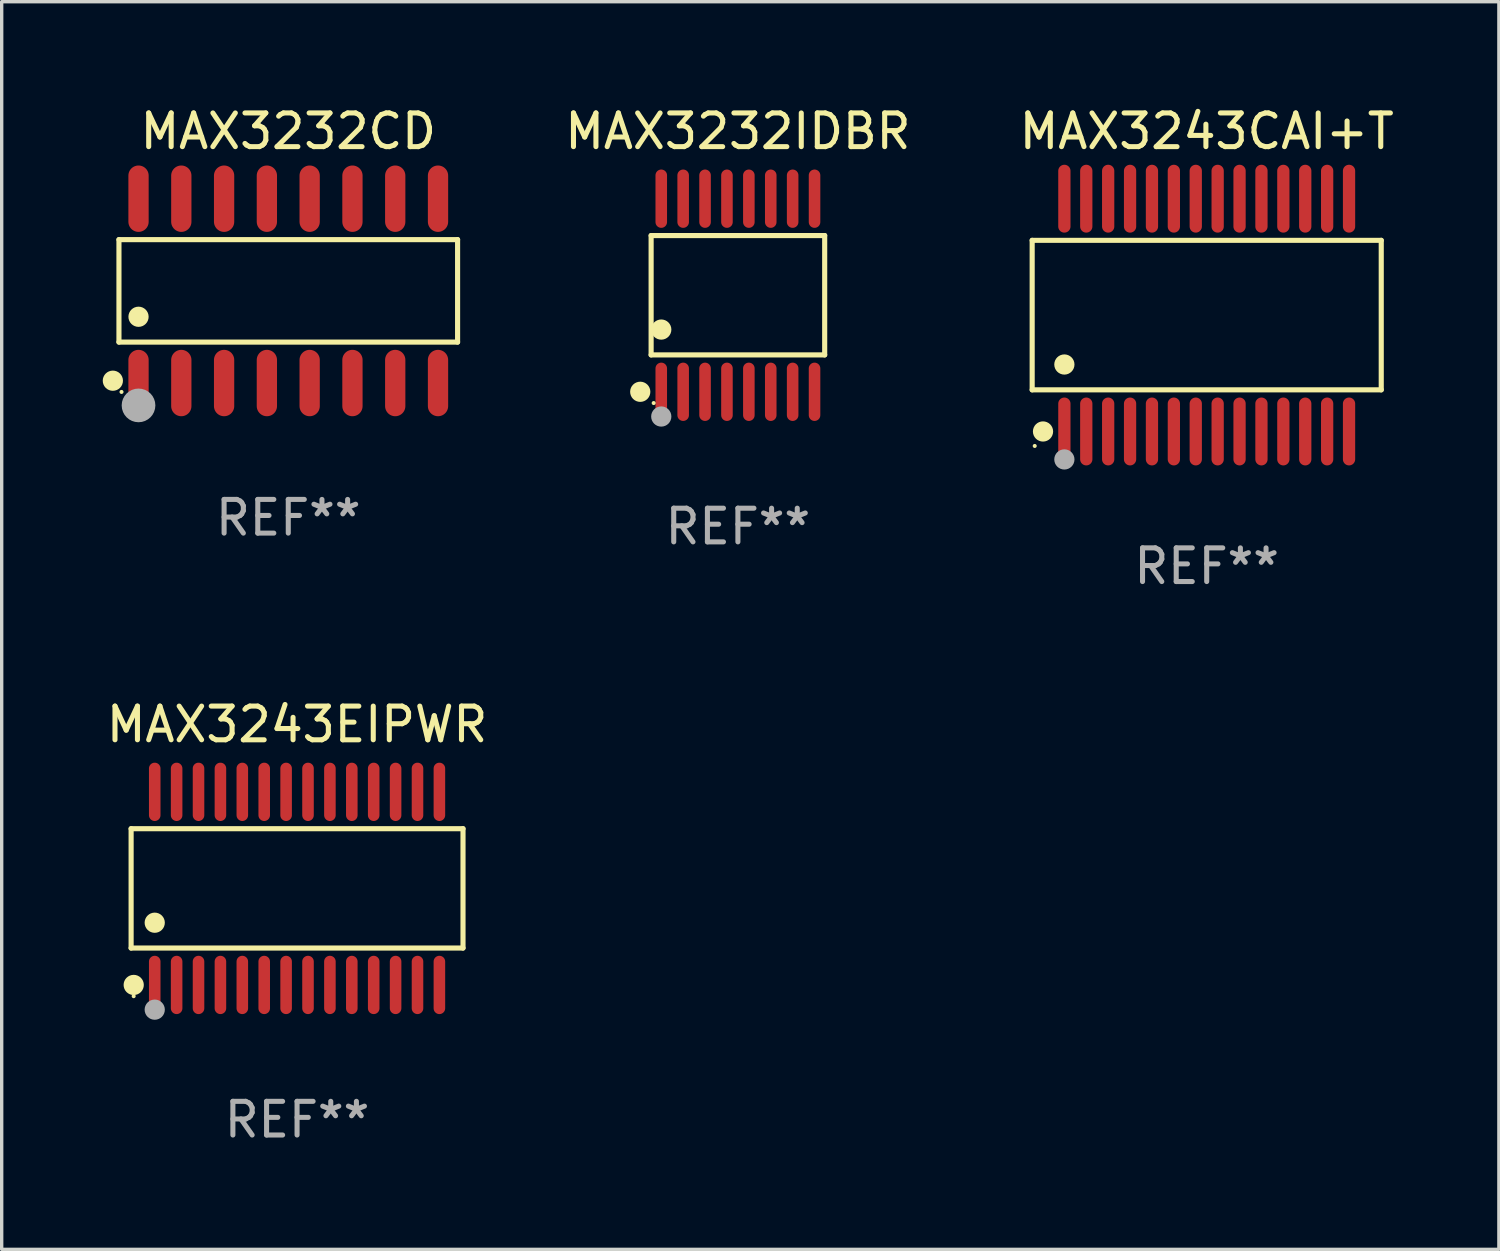
<source format=kicad_pcb>
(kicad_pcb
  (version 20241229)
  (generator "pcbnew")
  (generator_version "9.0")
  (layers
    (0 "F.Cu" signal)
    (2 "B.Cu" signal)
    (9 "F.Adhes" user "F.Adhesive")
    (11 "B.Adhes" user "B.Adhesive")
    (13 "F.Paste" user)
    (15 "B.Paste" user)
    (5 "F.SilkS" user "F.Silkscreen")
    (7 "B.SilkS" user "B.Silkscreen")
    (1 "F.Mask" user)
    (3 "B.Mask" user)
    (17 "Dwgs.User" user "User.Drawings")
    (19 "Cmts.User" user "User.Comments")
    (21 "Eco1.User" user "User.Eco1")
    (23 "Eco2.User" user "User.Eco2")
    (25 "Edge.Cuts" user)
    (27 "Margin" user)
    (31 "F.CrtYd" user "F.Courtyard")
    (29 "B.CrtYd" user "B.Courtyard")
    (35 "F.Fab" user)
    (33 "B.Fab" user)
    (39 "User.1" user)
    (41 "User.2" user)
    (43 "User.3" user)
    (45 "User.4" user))
  (footprint "MAX3232CD"
    (layer "F.Cu")
    (at 5.507 5.584)
    (property "Reference" "MAX3232CD" (at 0 -4.736 0) (layer "F.SilkS") (effects (font (size 1 1) (thickness 0.15))))
    (attr through_hole)
    (fp_line (start -5.026 -1.521) (end 5.026 -1.521) (stroke (width 0.152) (type solid)) (layer "F.SilkS"))
    (fp_line (start -5.026 1.521) (end -5.026 -1.521) (stroke (width 0.152) (type solid)) (layer "F.SilkS"))
    (fp_line (start 5.026 -1.521) (end 5.026 1.521) (stroke (width 0.152) (type solid)) (layer "F.SilkS"))
    (fp_line (start 5.026 1.521) (end -5.026 1.521) (stroke (width 0.152) (type solid)) (layer "F.SilkS"))
    (fp_circle (center -5.207 2.667) (end -5.057 2.667) (stroke (width 0.3) (type solid)) (fill no) (layer "F.SilkS"))
    (fp_circle (center -4.95 3) (end -4.92 3) (stroke (width 0.06) (type solid)) (fill no) (layer "F.SilkS"))
    (fp_circle (center -4.445 0.769) (end -4.295 0.769) (stroke (width 0.3) (type solid)) (fill no) (layer "F.SilkS"))
    (fp_circle (center -4.445 3.4) (end -4.195 3.4) (stroke (width 0.5) (type solid)) (fill no) (layer "F.Fab"))
    (fp_text user "REF**" (at 0 6.736 0) (layer "F.Fab") (effects (font (size 1 1) (thickness 0.15))))
    (pad "1" smd oval (at -4.445 2.736) (size 0.602 1.971) (layers "F.Cu" "F.Mask" "F.Paste"))
    (pad "2" smd oval (at -3.175 2.736) (size 0.602 1.971) (layers "F.Cu" "F.Mask" "F.Paste"))
    (pad "3" smd oval (at -1.905 2.736) (size 0.602 1.971) (layers "F.Cu" "F.Mask" "F.Paste"))
    (pad "4" smd oval (at -0.635 2.736) (size 0.602 1.971) (layers "F.Cu" "F.Mask" "F.Paste"))
    (pad "5" smd oval (at 0.635 2.736) (size 0.602 1.971) (layers "F.Cu" "F.Mask" "F.Paste"))
    (pad "6" smd oval (at 1.905 2.736) (size 0.602 1.971) (layers "F.Cu" "F.Mask" "F.Paste"))
    (pad "7" smd oval (at 3.175 2.736) (size 0.602 1.971) (layers "F.Cu" "F.Mask" "F.Paste"))
    (pad "8" smd oval (at 4.445 2.736) (size 0.602 1.971) (layers "F.Cu" "F.Mask" "F.Paste"))
    (pad "9" smd oval (at 4.445 -2.736) (size 0.602 1.971) (layers "F.Cu" "F.Mask" "F.Paste"))
    (pad "10" smd oval (at 3.175 -2.736) (size 0.602 1.971) (layers "F.Cu" "F.Mask" "F.Paste"))
    (pad "11" smd oval (at 1.905 -2.736) (size 0.602 1.971) (layers "F.Cu" "F.Mask" "F.Paste"))
    (pad "12" smd oval (at 0.635 -2.736) (size 0.602 1.971) (layers "F.Cu" "F.Mask" "F.Paste"))
    (pad "13" smd oval (at -0.635 -2.736) (size 0.602 1.971) (layers "F.Cu" "F.Mask" "F.Paste"))
    (pad "14" smd oval (at -1.905 -2.736) (size 0.602 1.971) (layers "F.Cu" "F.Mask" "F.Paste"))
    (pad "15" smd oval (at -3.175 -2.736) (size 0.602 1.971) (layers "F.Cu" "F.Mask" "F.Paste"))
    (pad "16" smd oval (at -4.445 -2.736) (size 0.602 1.971) (layers "F.Cu" "F.Mask" "F.Paste")))
  (footprint "MAX3232IDBR"
    (layer "F.Cu")
    (at 18.854 5.714)
    (property "Reference" "MAX3232IDBR" (at 0 -4.866 0) (layer "F.SilkS") (effects (font (size 1 1) (thickness 0.15))))
    (attr through_hole)
    (fp_line (start -2.576 -1.772) (end 2.576 -1.772) (stroke (width 0.152) (type solid)) (layer "F.SilkS"))
    (fp_line (start -2.576 1.771) (end -2.576 -1.772) (stroke (width 0.152) (type solid)) (layer "F.SilkS"))
    (fp_line (start 2.576 -1.772) (end 2.576 1.771) (stroke (width 0.152) (type solid)) (layer "F.SilkS"))
    (fp_line (start 2.576 1.771) (end -2.576 1.771) (stroke (width 0.152) (type solid)) (layer "F.SilkS"))
    (fp_circle (center -2.899 2.866) (end -2.749 2.866) (stroke (width 0.3) (type solid)) (fill no) (layer "F.SilkS"))
    (fp_circle (center -2.5 3.2) (end -2.47 3.2) (stroke (width 0.06) (type solid)) (fill no) (layer "F.SilkS"))
    (fp_circle (center -2.275 1.019) (end -2.125 1.019) (stroke (width 0.3) (type solid)) (fill no) (layer "F.SilkS"))
    (fp_circle (center -2.275 3.6) (end -2.125 3.6) (stroke (width 0.3) (type solid)) (fill no) (layer "F.Fab"))
    (fp_text user "REF**" (at 0 6.866 0) (layer "F.Fab") (effects (font (size 1 1) (thickness 0.15))))
    (pad "1" smd oval (at -2.275 2.866) (size 0.343 1.731) (layers "F.Cu" "F.Mask" "F.Paste"))
    (pad "2" smd oval (at -1.625 2.866) (size 0.343 1.731) (layers "F.Cu" "F.Mask" "F.Paste"))
    (pad "3" smd oval (at -0.975 2.866) (size 0.343 1.731) (layers "F.Cu" "F.Mask" "F.Paste"))
    (pad "4" smd oval (at -0.325 2.866) (size 0.343 1.731) (layers "F.Cu" "F.Mask" "F.Paste"))
    (pad "5" smd oval (at 0.325 2.866) (size 0.343 1.731) (layers "F.Cu" "F.Mask" "F.Paste"))
    (pad "6" smd oval (at 0.975 2.866) (size 0.343 1.731) (layers "F.Cu" "F.Mask" "F.Paste"))
    (pad "7" smd oval (at 1.625 2.866) (size 0.343 1.731) (layers "F.Cu" "F.Mask" "F.Paste"))
    (pad "8" smd oval (at 2.275 2.866) (size 0.343 1.731) (layers "F.Cu" "F.Mask" "F.Paste"))
    (pad "9" smd oval (at 2.275 -2.866) (size 0.343 1.731) (layers "F.Cu" "F.Mask" "F.Paste"))
    (pad "10" smd oval (at 1.625 -2.866) (size 0.343 1.731) (layers "F.Cu" "F.Mask" "F.Paste"))
    (pad "11" smd oval (at 0.975 -2.866) (size 0.343 1.731) (layers "F.Cu" "F.Mask" "F.Paste"))
    (pad "12" smd oval (at 0.325 -2.866) (size 0.343 1.731) (layers "F.Cu" "F.Mask" "F.Paste"))
    (pad "13" smd oval (at -0.325 -2.866) (size 0.343 1.731) (layers "F.Cu" "F.Mask" "F.Paste"))
    (pad "14" smd oval (at -0.975 -2.866) (size 0.343 1.731) (layers "F.Cu" "F.Mask" "F.Paste"))
    (pad "15" smd oval (at -1.625 -2.866) (size 0.343 1.731) (layers "F.Cu" "F.Mask" "F.Paste"))
    (pad "16" smd oval (at -2.275 -2.866) (size 0.343 1.731) (layers "F.Cu" "F.Mask" "F.Paste")))
  (footprint "MAX3243CAI+T"
    (layer "F.Cu")
    (at 32.77 6.303)
    (property "Reference" "MAX3243CAI+T" (at 0 -5.455 0) (layer "F.SilkS") (effects (font (size 1 1) (thickness 0.15))))
    (attr through_hole)
    (fp_line (start -5.181 -2.219) (end 5.181 -2.219) (stroke (width 0.152) (type solid)) (layer "F.SilkS"))
    (fp_line (start -5.181 2.219) (end -5.181 -2.219) (stroke (width 0.152) (type solid)) (layer "F.SilkS"))
    (fp_line (start 5.181 -2.219) (end 5.181 2.219) (stroke (width 0.152) (type solid)) (layer "F.SilkS"))
    (fp_line (start 5.181 2.219) (end -5.181 2.219) (stroke (width 0.152) (type solid)) (layer "F.SilkS"))
    (fp_circle (center -5.105 3.885) (end -5.075 3.885) (stroke (width 0.06) (type solid)) (fill no) (layer "F.SilkS"))
    (fp_circle (center -4.859 3.455) (end -4.709 3.455) (stroke (width 0.3) (type solid)) (fill no) (layer "F.SilkS"))
    (fp_circle (center -4.225 1.467) (end -4.075 1.467) (stroke (width 0.3) (type solid)) (fill no) (layer "F.SilkS"))
    (fp_circle (center -4.225 4.285) (end -4.075 4.285) (stroke (width 0.3) (type solid)) (fill no) (layer "F.Fab"))
    (fp_text user "REF**" (at 0 7.455 0) (layer "F.Fab") (effects (font (size 1 1) (thickness 0.15))))
    (pad "1" smd oval (at -4.225 3.455) (size 0.364 2.015) (layers "F.Cu" "F.Mask" "F.Paste"))
    (pad "2" smd oval (at -3.575 3.455) (size 0.364 2.015) (layers "F.Cu" "F.Mask" "F.Paste"))
    (pad "3" smd oval (at -2.925 3.455) (size 0.364 2.015) (layers "F.Cu" "F.Mask" "F.Paste"))
    (pad "4" smd oval (at -2.275 3.455) (size 0.364 2.015) (layers "F.Cu" "F.Mask" "F.Paste"))
    (pad "5" smd oval (at -1.625 3.455) (size 0.364 2.015) (layers "F.Cu" "F.Mask" "F.Paste"))
    (pad "6" smd oval (at -0.975 3.455) (size 0.364 2.015) (layers "F.Cu" "F.Mask" "F.Paste"))
    (pad "7" smd oval (at -0.325 3.455) (size 0.364 2.015) (layers "F.Cu" "F.Mask" "F.Paste"))
    (pad "8" smd oval (at 0.325 3.455) (size 0.364 2.015) (layers "F.Cu" "F.Mask" "F.Paste"))
    (pad "9" smd oval (at 0.975 3.455) (size 0.364 2.015) (layers "F.Cu" "F.Mask" "F.Paste"))
    (pad "10" smd oval (at 1.625 3.455) (size 0.364 2.015) (layers "F.Cu" "F.Mask" "F.Paste"))
    (pad "11" smd oval (at 2.275 3.455) (size 0.364 2.015) (layers "F.Cu" "F.Mask" "F.Paste"))
    (pad "12" smd oval (at 2.925 3.455) (size 0.364 2.015) (layers "F.Cu" "F.Mask" "F.Paste"))
    (pad "13" smd oval (at 3.575 3.455) (size 0.364 2.015) (layers "F.Cu" "F.Mask" "F.Paste"))
    (pad "14" smd oval (at 4.225 3.455) (size 0.364 2.015) (layers "F.Cu" "F.Mask" "F.Paste"))
    (pad "15" smd oval (at 4.225 -3.455) (size 0.364 2.015) (layers "F.Cu" "F.Mask" "F.Paste"))
    (pad "16" smd oval (at 3.575 -3.455) (size 0.364 2.015) (layers "F.Cu" "F.Mask" "F.Paste"))
    (pad "17" smd oval (at 2.925 -3.455) (size 0.364 2.015) (layers "F.Cu" "F.Mask" "F.Paste"))
    (pad "18" smd oval (at 2.275 -3.455) (size 0.364 2.015) (layers "F.Cu" "F.Mask" "F.Paste"))
    (pad "19" smd oval (at 1.625 -3.455) (size 0.364 2.015) (layers "F.Cu" "F.Mask" "F.Paste"))
    (pad "20" smd oval (at 0.975 -3.455) (size 0.364 2.015) (layers "F.Cu" "F.Mask" "F.Paste"))
    (pad "21" smd oval (at 0.325 -3.455) (size 0.364 2.015) (layers "F.Cu" "F.Mask" "F.Paste"))
    (pad "22" smd oval (at -0.325 -3.455) (size 0.364 2.015) (layers "F.Cu" "F.Mask" "F.Paste"))
    (pad "23" smd oval (at -0.975 -3.455) (size 0.364 2.015) (layers "F.Cu" "F.Mask" "F.Paste"))
    (pad "24" smd oval (at -1.625 -3.455) (size 0.364 2.015) (layers "F.Cu" "F.Mask" "F.Paste"))
    (pad "25" smd oval (at -2.275 -3.455) (size 0.364 2.015) (layers "F.Cu" "F.Mask" "F.Paste"))
    (pad "26" smd oval (at -2.925 -3.455) (size 0.364 2.015) (layers "F.Cu" "F.Mask" "F.Paste"))
    (pad "27" smd oval (at -3.575 -3.455) (size 0.364 2.015) (layers "F.Cu" "F.Mask" "F.Paste"))
    (pad "28" smd oval (at -4.225 -3.455) (size 0.364 2.015) (layers "F.Cu" "F.Mask" "F.Paste")))
  (footprint "MAX3243EIPWR"
    (layer "F.Cu")
    (at 5.768 23.321)
    (property "Reference" "MAX3243EIPWR" (at 0 -4.866 0) (layer "F.SilkS") (effects (font (size 1 1) (thickness 0.15))))
    (attr through_hole)
    (fp_line (start -4.926 -1.772) (end 4.926 -1.772) (stroke (width 0.152) (type solid)) (layer "F.SilkS"))
    (fp_line (start -4.926 1.771) (end -4.926 -1.772) (stroke (width 0.152) (type solid)) (layer "F.SilkS"))
    (fp_line (start 4.926 -1.772) (end 4.926 1.771) (stroke (width 0.152) (type solid)) (layer "F.SilkS"))
    (fp_line (start 4.926 1.771) (end -4.926 1.771) (stroke (width 0.152) (type solid)) (layer "F.SilkS"))
    (fp_circle (center -4.85 3.2) (end -4.82 3.2) (stroke (width 0.06) (type solid)) (fill no) (layer "F.SilkS"))
    (fp_circle (center -4.849 2.866) (end -4.699 2.866) (stroke (width 0.3) (type solid)) (fill no) (layer "F.SilkS"))
    (fp_circle (center -4.225 1.019) (end -4.075 1.019) (stroke (width 0.3) (type solid)) (fill no) (layer "F.SilkS"))
    (fp_circle (center -4.225 3.6) (end -4.075 3.6) (stroke (width 0.3) (type solid)) (fill no) (layer "F.Fab"))
    (fp_text user "REF**" (at 0 6.866 0) (layer "F.Fab") (effects (font (size 1 1) (thickness 0.15))))
    (pad "1" smd oval (at -4.225 2.866) (size 0.343 1.731) (layers "F.Cu" "F.Mask" "F.Paste"))
    (pad "2" smd oval (at -3.575 2.866) (size 0.343 1.731) (layers "F.Cu" "F.Mask" "F.Paste"))
    (pad "3" smd oval (at -2.925 2.866) (size 0.343 1.731) (layers "F.Cu" "F.Mask" "F.Paste"))
    (pad "4" smd oval (at -2.275 2.866) (size 0.343 1.731) (layers "F.Cu" "F.Mask" "F.Paste"))
    (pad "5" smd oval (at -1.625 2.866) (size 0.343 1.731) (layers "F.Cu" "F.Mask" "F.Paste"))
    (pad "6" smd oval (at -0.975 2.866) (size 0.343 1.731) (layers "F.Cu" "F.Mask" "F.Paste"))
    (pad "7" smd oval (at -0.325 2.866) (size 0.343 1.731) (layers "F.Cu" "F.Mask" "F.Paste"))
    (pad "8" smd oval (at 0.325 2.866) (size 0.343 1.731) (layers "F.Cu" "F.Mask" "F.Paste"))
    (pad "9" smd oval (at 0.975 2.866) (size 0.343 1.731) (layers "F.Cu" "F.Mask" "F.Paste"))
    (pad "10" smd oval (at 1.625 2.866) (size 0.343 1.731) (layers "F.Cu" "F.Mask" "F.Paste"))
    (pad "11" smd oval (at 2.275 2.866) (size 0.343 1.731) (layers "F.Cu" "F.Mask" "F.Paste"))
    (pad "12" smd oval (at 2.925 2.866) (size 0.343 1.731) (layers "F.Cu" "F.Mask" "F.Paste"))
    (pad "13" smd oval (at 3.575 2.866) (size 0.343 1.731) (layers "F.Cu" "F.Mask" "F.Paste"))
    (pad "14" smd oval (at 4.225 2.866) (size 0.343 1.731) (layers "F.Cu" "F.Mask" "F.Paste"))
    (pad "15" smd oval (at 4.225 -2.866) (size 0.343 1.731) (layers "F.Cu" "F.Mask" "F.Paste"))
    (pad "16" smd oval (at 3.575 -2.866) (size 0.343 1.731) (layers "F.Cu" "F.Mask" "F.Paste"))
    (pad "17" smd oval (at 2.925 -2.866) (size 0.343 1.731) (layers "F.Cu" "F.Mask" "F.Paste"))
    (pad "18" smd oval (at 2.275 -2.866) (size 0.343 1.731) (layers "F.Cu" "F.Mask" "F.Paste"))
    (pad "19" smd oval (at 1.625 -2.866) (size 0.343 1.731) (layers "F.Cu" "F.Mask" "F.Paste"))
    (pad "20" smd oval (at 0.975 -2.866) (size 0.343 1.731) (layers "F.Cu" "F.Mask" "F.Paste"))
    (pad "21" smd oval (at 0.325 -2.866) (size 0.343 1.731) (layers "F.Cu" "F.Mask" "F.Paste"))
    (pad "22" smd oval (at -0.325 -2.866) (size 0.343 1.731) (layers "F.Cu" "F.Mask" "F.Paste"))
    (pad "23" smd oval (at -0.975 -2.866) (size 0.343 1.731) (layers "F.Cu" "F.Mask" "F.Paste"))
    (pad "24" smd oval (at -1.625 -2.866) (size 0.343 1.731) (layers "F.Cu" "F.Mask" "F.Paste"))
    (pad "25" smd oval (at -2.275 -2.866) (size 0.343 1.731) (layers "F.Cu" "F.Mask" "F.Paste"))
    (pad "26" smd oval (at -2.925 -2.866) (size 0.343 1.731) (layers "F.Cu" "F.Mask" "F.Paste"))
    (pad "27" smd oval (at -3.575 -2.866) (size 0.343 1.731) (layers "F.Cu" "F.Mask" "F.Paste"))
    (pad "28" smd oval (at -4.225 -2.866) (size 0.343 1.731) (layers "F.Cu" "F.Mask" "F.Paste")))
  (gr_rect
    (start -3 -3)
    (end 41.443 34.035)
    (stroke (width 0.1) (type default))
    (fill no)
    (layer "Edge.Cuts")))
</source>
